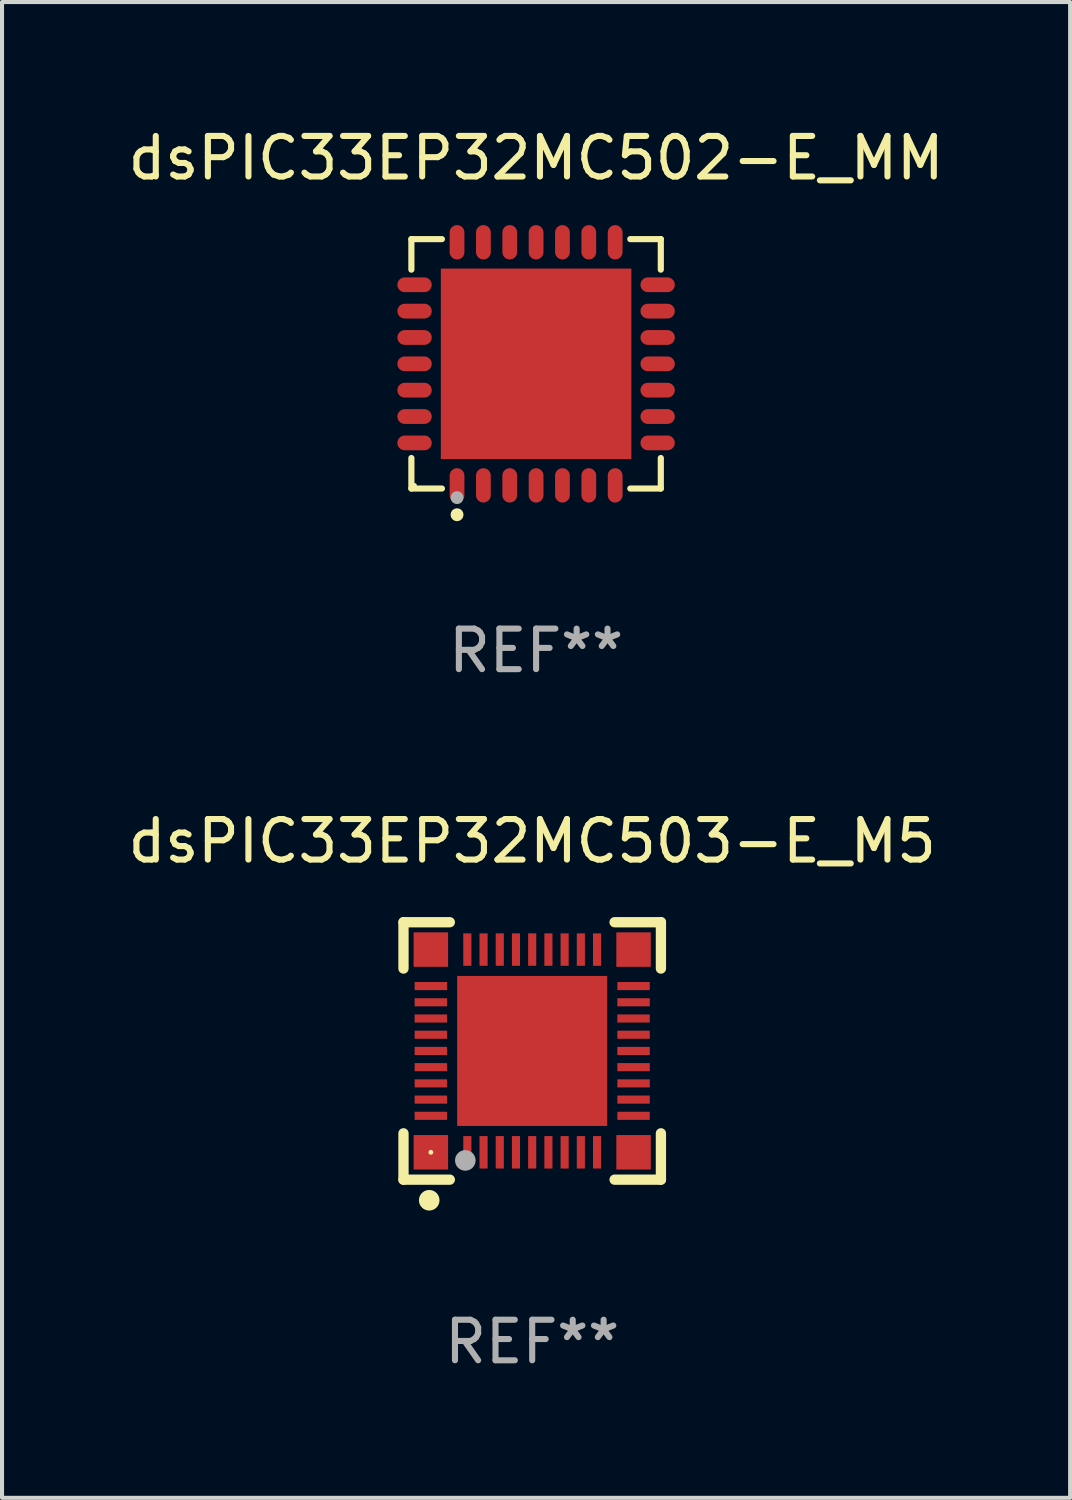
<source format=kicad_pcb>
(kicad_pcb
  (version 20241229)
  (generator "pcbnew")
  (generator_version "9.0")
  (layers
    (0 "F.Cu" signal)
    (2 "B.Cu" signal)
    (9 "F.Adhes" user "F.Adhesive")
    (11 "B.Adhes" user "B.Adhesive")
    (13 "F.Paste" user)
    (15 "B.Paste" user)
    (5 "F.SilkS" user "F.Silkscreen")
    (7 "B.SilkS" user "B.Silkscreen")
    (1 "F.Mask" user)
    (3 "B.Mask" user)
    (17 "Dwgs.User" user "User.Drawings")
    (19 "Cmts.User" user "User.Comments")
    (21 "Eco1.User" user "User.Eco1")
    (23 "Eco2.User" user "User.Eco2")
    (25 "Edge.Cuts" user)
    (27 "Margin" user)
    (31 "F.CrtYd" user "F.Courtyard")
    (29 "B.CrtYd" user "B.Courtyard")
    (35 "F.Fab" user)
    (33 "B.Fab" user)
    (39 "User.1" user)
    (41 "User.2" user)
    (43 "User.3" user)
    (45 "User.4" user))
  (footprint "dsPIC33EP32MC502-E_MM"
    (layer "F.Cu")
    (at 10.173 5.924)
    (property "Reference" "dsPIC33EP32MC502-E_MM" (at 0 -5.076 0) (layer "F.SilkS") (effects (font (size 1 1) (thickness 0.15))))
    (attr through_hole)
    (fp_line (start -3.076 -3.076) (end -2.323 -3.076) (stroke (width 0.152) (type solid)) (layer "F.SilkS"))
    (fp_line (start -3.076 -2.323) (end -3.076 -3.076) (stroke (width 0.152) (type solid)) (layer "F.SilkS"))
    (fp_line (start -3.076 2.323) (end -3.076 3.076) (stroke (width 0.152) (type solid)) (layer "F.SilkS"))
    (fp_line (start -3.076 3.076) (end -2.323 3.076) (stroke (width 0.152) (type solid)) (layer "F.SilkS"))
    (fp_line (start 3.076 -3.076) (end 2.323 -3.076) (stroke (width 0.152) (type solid)) (layer "F.SilkS"))
    (fp_line (start 3.076 -2.323) (end 3.076 -3.076) (stroke (width 0.152) (type solid)) (layer "F.SilkS"))
    (fp_line (start 3.076 2.323) (end 3.076 3.076) (stroke (width 0.152) (type solid)) (layer "F.SilkS"))
    (fp_line (start 3.076 3.076) (end 2.323 3.076) (stroke (width 0.152) (type solid)) (layer "F.SilkS"))
    (fp_circle (center -3 3) (end -2.97 3) (stroke (width 0.06) (type solid)) (fill no) (layer "F.SilkS"))
    (fp_circle (center -1.95 3.722) (end -1.87 3.722) (stroke (width 0.16) (type solid)) (fill no) (layer "F.SilkS"))
    (fp_circle (center -1.95 3.3) (end -1.87 3.3) (stroke (width 0.16) (type solid)) (fill no) (layer "F.Fab"))
    (fp_text user "REF**" (at 0 7.076 0) (layer "F.Fab") (effects (font (size 1 1) (thickness 0.15))))
    (pad "1" smd oval (at -1.95 2.998) (size 0.364 0.847) (layers "F.Cu" "F.Mask" "F.Paste"))
    (pad "2" smd oval (at -1.3 2.998) (size 0.364 0.847) (layers "F.Cu" "F.Mask" "F.Paste"))
    (pad "3" smd oval (at -0.65 2.998) (size 0.364 0.847) (layers "F.Cu" "F.Mask" "F.Paste"))
    (pad "4" smd oval (at 0 2.998) (size 0.364 0.847) (layers "F.Cu" "F.Mask" "F.Paste"))
    (pad "5" smd oval (at 0.65 2.998) (size 0.364 0.847) (layers "F.Cu" "F.Mask" "F.Paste"))
    (pad "6" smd oval (at 1.3 2.998) (size 0.364 0.847) (layers "F.Cu" "F.Mask" "F.Paste"))
    (pad "7" smd oval (at 1.95 2.998) (size 0.364 0.847) (layers "F.Cu" "F.Mask" "F.Paste"))
    (pad "8" smd oval (at 2.998 1.95) (size 0.847 0.364) (layers "F.Cu" "F.Mask" "F.Paste"))
    (pad "9" smd oval (at 2.998 1.3) (size 0.847 0.364) (layers "F.Cu" "F.Mask" "F.Paste"))
    (pad "10" smd oval (at 2.998 0.65) (size 0.847 0.364) (layers "F.Cu" "F.Mask" "F.Paste"))
    (pad "11" smd oval (at 2.998 0) (size 0.847 0.364) (layers "F.Cu" "F.Mask" "F.Paste"))
    (pad "12" smd oval (at 2.998 -0.65) (size 0.847 0.364) (layers "F.Cu" "F.Mask" "F.Paste"))
    (pad "13" smd oval (at 2.998 -1.3) (size 0.847 0.364) (layers "F.Cu" "F.Mask" "F.Paste"))
    (pad "14" smd oval (at 2.998 -1.95) (size 0.847 0.364) (layers "F.Cu" "F.Mask" "F.Paste"))
    (pad "15" smd oval (at 1.95 -2.998) (size 0.364 0.847) (layers "F.Cu" "F.Mask" "F.Paste"))
    (pad "16" smd oval (at 1.3 -2.998) (size 0.364 0.847) (layers "F.Cu" "F.Mask" "F.Paste"))
    (pad "17" smd oval (at 0.65 -2.998) (size 0.364 0.847) (layers "F.Cu" "F.Mask" "F.Paste"))
    (pad "18" smd oval (at 0 -2.998) (size 0.364 0.847) (layers "F.Cu" "F.Mask" "F.Paste"))
    (pad "19" smd oval (at -0.65 -2.998) (size 0.364 0.847) (layers "F.Cu" "F.Mask" "F.Paste"))
    (pad "20" smd oval (at -1.3 -2.998) (size 0.364 0.847) (layers "F.Cu" "F.Mask" "F.Paste"))
    (pad "21" smd oval (at -1.95 -2.998) (size 0.364 0.847) (layers "F.Cu" "F.Mask" "F.Paste"))
    (pad "22" smd oval (at -2.998 -1.95) (size 0.847 0.364) (layers "F.Cu" "F.Mask" "F.Paste"))
    (pad "23" smd oval (at -2.998 -1.3) (size 0.847 0.364) (layers "F.Cu" "F.Mask" "F.Paste"))
    (pad "24" smd oval (at -2.998 -0.65) (size 0.847 0.364) (layers "F.Cu" "F.Mask" "F.Paste"))
    (pad "25" smd oval (at -2.998 0) (size 0.847 0.364) (layers "F.Cu" "F.Mask" "F.Paste"))
    (pad "26" smd oval (at -2.998 0.65) (size 0.847 0.364) (layers "F.Cu" "F.Mask" "F.Paste"))
    (pad "27" smd oval (at -2.998 1.3) (size 0.847 0.364) (layers "F.Cu" "F.Mask" "F.Paste"))
    (pad "28" smd oval (at -2.998 1.95) (size 0.847 0.364) (layers "F.Cu" "F.Mask" "F.Paste"))
    (pad "29" smd rect (at 0 0) (size 4.7 4.7) (layers "F.Cu" "F.Mask" "F.Paste")))
  (footprint "dsPIC33EP32MC503-E_M5"
    (layer "F.Cu")
    (at 10.077 22.872)
    (property "Reference" "dsPIC33EP32MC503-E_M5" (at 0 -5.175 0) (layer "F.SilkS") (effects (font (size 1 1) (thickness 0.15))))
    (attr through_hole)
    (fp_line (start -3.175 -3.175) (end -2.032 -3.175) (stroke (width 0.254) (type solid)) (layer "F.SilkS"))
    (fp_line (start -3.175 -2.032) (end -3.175 -3.175) (stroke (width 0.254) (type solid)) (layer "F.SilkS"))
    (fp_line (start -3.175 3.175) (end -3.175 2.032) (stroke (width 0.254) (type solid)) (layer "F.SilkS"))
    (fp_line (start -2.032 3.175) (end -3.175 3.175) (stroke (width 0.254) (type solid)) (layer "F.SilkS"))
    (fp_line (start 2.032 -3.175) (end 3.175 -3.175) (stroke (width 0.254) (type solid)) (layer "F.SilkS"))
    (fp_line (start 3.175 -3.175) (end 3.175 -2.032) (stroke (width 0.254) (type solid)) (layer "F.SilkS"))
    (fp_line (start 3.175 2.032) (end 3.175 3.175) (stroke (width 0.254) (type solid)) (layer "F.SilkS"))
    (fp_line (start 3.175 3.175) (end 2.032 3.175) (stroke (width 0.254) (type solid)) (layer "F.SilkS"))
    (fp_circle (center -2.54 3.683) (end -2.413 3.683) (stroke (width 0.254) (type solid)) (fill no) (layer "F.SilkS"))
    (fp_circle (center -2.5 2.5) (end -2.47 2.5) (stroke (width 0.06) (type solid)) (fill no) (layer "F.SilkS"))
    (fp_circle (center -1.65 2.7) (end -1.523 2.7) (stroke (width 0.254) (type solid)) (fill no) (layer "F.Fab"))
    (fp_text user "REF**" (at 0 7.175 0) (layer "F.Fab") (effects (font (size 1 1) (thickness 0.15))))
    (pad "1" smd rect (at -1.6 2.5) (size 0.2 0.8) (layers "F.Cu" "F.Mask" "F.Paste"))
    (pad "2" smd rect (at -1.2 2.5) (size 0.2 0.8) (layers "F.Cu" "F.Mask" "F.Paste"))
    (pad "3" smd rect (at -0.8 2.5) (size 0.2 0.8) (layers "F.Cu" "F.Mask" "F.Paste"))
    (pad "4" smd rect (at -0.4 2.5) (size 0.2 0.8) (layers "F.Cu" "F.Mask" "F.Paste"))
    (pad "5" smd rect (at -0.000051 2.5) (size 0.2 0.8) (layers "F.Cu" "F.Mask" "F.Paste"))
    (pad "6" smd rect (at 0.4 2.5) (size 0.2 0.8) (layers "F.Cu" "F.Mask" "F.Paste"))
    (pad "7" smd rect (at 0.8 2.5) (size 0.2 0.8) (layers "F.Cu" "F.Mask" "F.Paste"))
    (pad "8" smd rect (at 1.2 2.5) (size 0.2 0.8) (layers "F.Cu" "F.Mask" "F.Paste"))
    (pad "9" smd rect (at 1.6 2.5) (size 0.2 0.8) (layers "F.Cu" "F.Mask" "F.Paste"))
    (pad "10" smd rect (at 2.5 1.6 90) (size 0.2 0.8) (layers "F.Cu" "F.Mask" "F.Paste"))
    (pad "11" smd rect (at 2.5 1.2 90) (size 0.2 0.8) (layers "F.Cu" "F.Mask" "F.Paste"))
    (pad "12" smd rect (at 2.5 0.8 90) (size 0.2 0.8) (layers "F.Cu" "F.Mask" "F.Paste"))
    (pad "13" smd rect (at 2.5 0.4 90) (size 0.2 0.8) (layers "F.Cu" "F.Mask" "F.Paste"))
    (pad "14" smd rect (at 2.5 -0.000051 90) (size 0.2 0.8) (layers "F.Cu" "F.Mask" "F.Paste"))
    (pad "15" smd rect (at 2.5 -0.4 90) (size 0.2 0.8) (layers "F.Cu" "F.Mask" "F.Paste"))
    (pad "16" smd rect (at 2.5 -0.8 90) (size 0.2 0.8) (layers "F.Cu" "F.Mask" "F.Paste"))
    (pad "17" smd rect (at 2.5 -1.2 90) (size 0.2 0.8) (layers "F.Cu" "F.Mask" "F.Paste"))
    (pad "18" smd rect (at 2.5 -1.6 90) (size 0.2 0.8) (layers "F.Cu" "F.Mask" "F.Paste"))
    (pad "19" smd rect (at 1.6 -2.5 180) (size 0.2 0.8) (layers "F.Cu" "F.Mask" "F.Paste"))
    (pad "20" smd rect (at 1.2 -2.5 180) (size 0.2 0.8) (layers "F.Cu" "F.Mask" "F.Paste"))
    (pad "21" smd rect (at 0.8 -2.5 180) (size 0.2 0.8) (layers "F.Cu" "F.Mask" "F.Paste"))
    (pad "22" smd rect (at 0.4 -2.5 180) (size 0.2 0.8) (layers "F.Cu" "F.Mask" "F.Paste"))
    (pad "23" smd rect (at -0.000051 -2.5 180) (size 0.2 0.8) (layers "F.Cu" "F.Mask" "F.Paste"))
    (pad "24" smd rect (at -0.4 -2.5 180) (size 0.2 0.8) (layers "F.Cu" "F.Mask" "F.Paste"))
    (pad "25" smd rect (at -0.8 -2.5 180) (size 0.2 0.8) (layers "F.Cu" "F.Mask" "F.Paste"))
    (pad "26" smd rect (at -1.2 -2.5 180) (size 0.2 0.8) (layers "F.Cu" "F.Mask" "F.Paste"))
    (pad "27" smd rect (at -1.6 -2.5 180) (size 0.2 0.8) (layers "F.Cu" "F.Mask" "F.Paste"))
    (pad "28" smd rect (at -2.5 -1.6 270) (size 0.2 0.8) (layers "F.Cu" "F.Mask" "F.Paste"))
    (pad "29" smd rect (at -2.5 -1.2 270) (size 0.2 0.8) (layers "F.Cu" "F.Mask" "F.Paste"))
    (pad "30" smd rect (at -2.5 -0.8 270) (size 0.2 0.8) (layers "F.Cu" "F.Mask" "F.Paste"))
    (pad "31" smd rect (at -2.5 -0.4 270) (size 0.2 0.8) (layers "F.Cu" "F.Mask" "F.Paste"))
    (pad "32" smd rect (at -2.5 -0.000051 270) (size 0.2 0.8) (layers "F.Cu" "F.Mask" "F.Paste"))
    (pad "33" smd rect (at -2.5 0.4 270) (size 0.2 0.8) (layers "F.Cu" "F.Mask" "F.Paste"))
    (pad "34" smd rect (at -2.5 0.8 270) (size 0.2 0.8) (layers "F.Cu" "F.Mask" "F.Paste"))
    (pad "35" smd rect (at -2.5 1.2 270) (size 0.2 0.8) (layers "F.Cu" "F.Mask" "F.Paste"))
    (pad "36" smd rect (at -2.5 1.6 270) (size 0.2 0.8) (layers "F.Cu" "F.Mask" "F.Paste"))
    (pad "37" smd rect (at -2.5 -2.5) (size 0.85 0.85) (layers "F.Cu" "F.Mask" "F.Paste"))
    (pad "37" smd rect (at -2.5 2.5) (size 0.85 0.85) (layers "F.Cu" "F.Mask" "F.Paste"))
    (pad "37" smd rect (at -0.000051 -0.000051) (size 3.7 3.7) (layers "F.Cu" "F.Mask" "F.Paste"))
    (pad "37" smd rect (at 2.5 -2.5) (size 0.85 0.85) (layers "F.Cu" "F.Mask" "F.Paste"))
    (pad "37" smd rect (at 2.5 2.5) (size 0.85 0.85) (layers "F.Cu" "F.Mask" "F.Paste")))
  (gr_rect
    (start -3 -3)
    (end 23.345 33.895)
    (stroke (width 0.1) (type default))
    (fill no)
    (layer "Edge.Cuts")))
</source>
